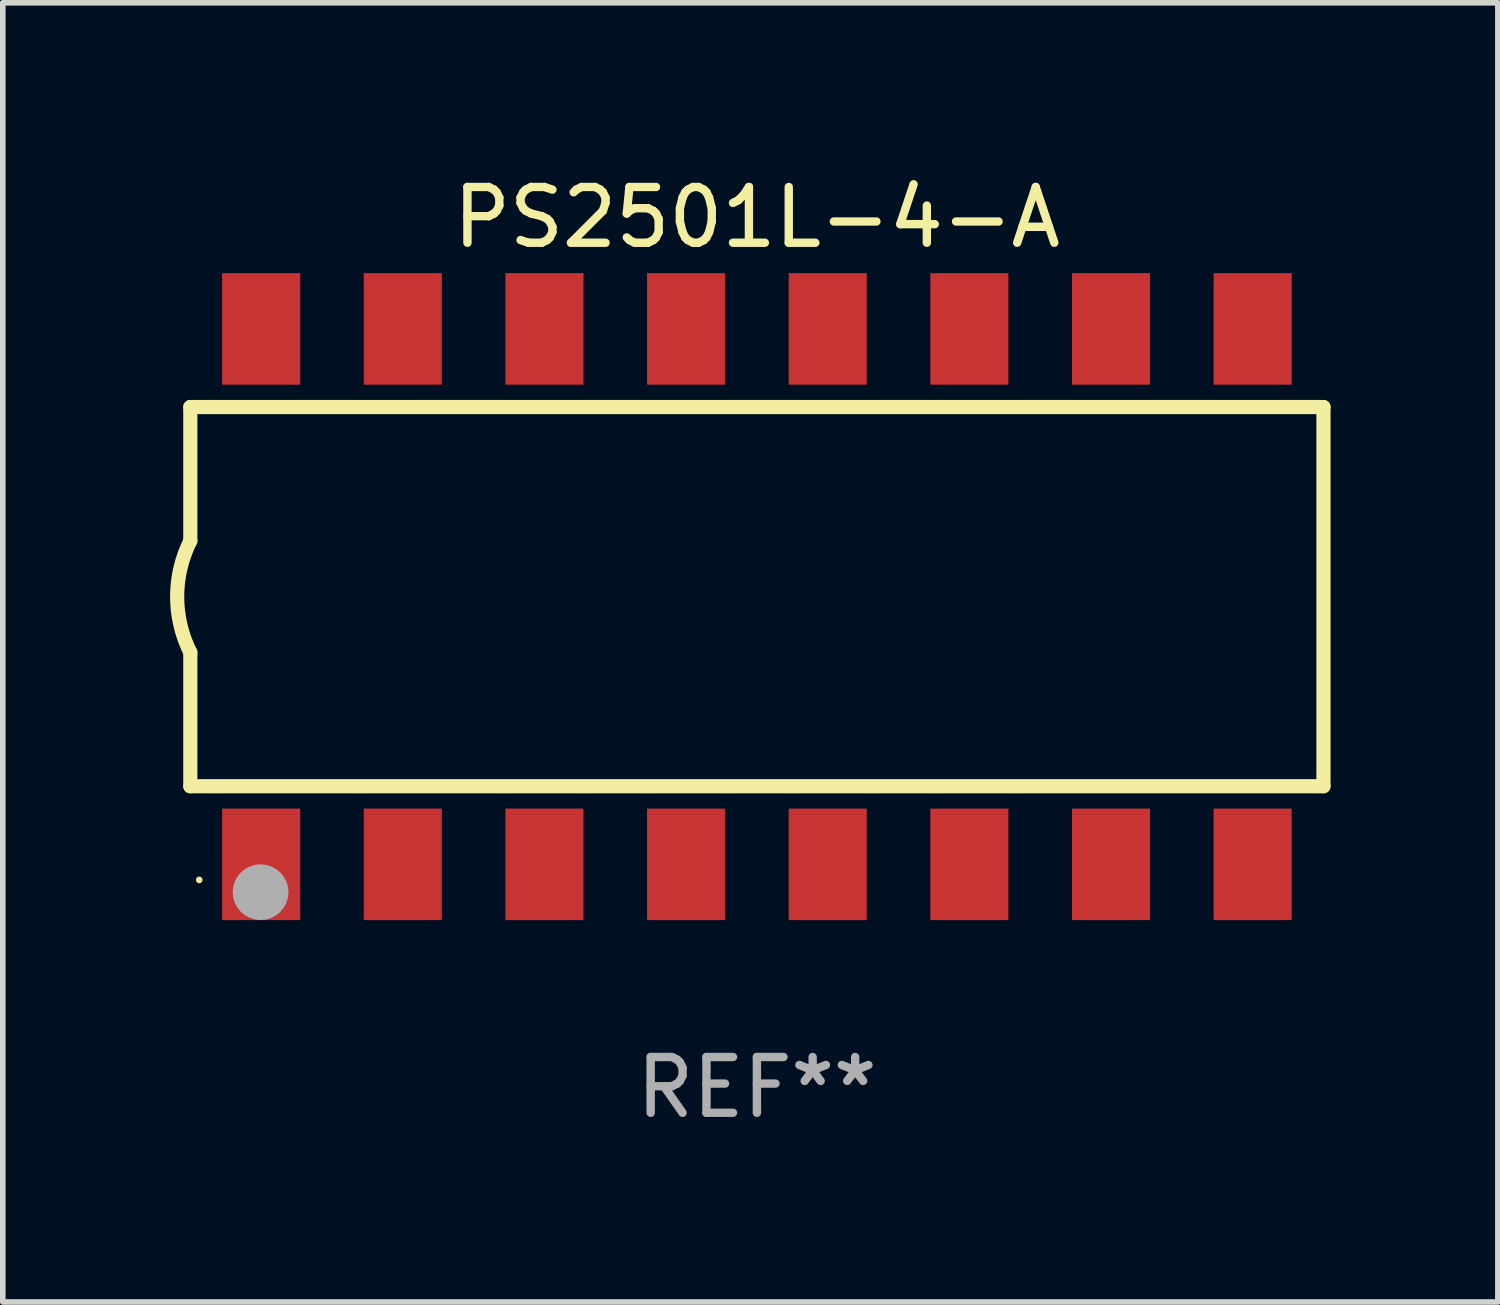
<source format=kicad_pcb>
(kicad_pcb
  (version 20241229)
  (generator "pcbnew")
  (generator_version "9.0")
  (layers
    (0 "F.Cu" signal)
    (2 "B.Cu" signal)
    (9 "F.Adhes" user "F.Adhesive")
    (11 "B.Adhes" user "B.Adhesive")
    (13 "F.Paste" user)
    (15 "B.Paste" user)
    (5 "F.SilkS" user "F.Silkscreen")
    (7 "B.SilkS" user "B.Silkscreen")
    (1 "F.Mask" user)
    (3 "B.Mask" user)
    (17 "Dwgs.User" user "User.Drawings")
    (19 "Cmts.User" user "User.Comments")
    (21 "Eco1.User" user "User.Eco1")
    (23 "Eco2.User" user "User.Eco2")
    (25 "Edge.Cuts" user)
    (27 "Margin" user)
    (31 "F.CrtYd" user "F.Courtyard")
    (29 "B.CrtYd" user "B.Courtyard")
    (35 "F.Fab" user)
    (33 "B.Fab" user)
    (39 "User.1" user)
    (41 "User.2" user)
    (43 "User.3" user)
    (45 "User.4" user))
  (footprint "PS2501L-4-A"
    (layer "F.Cu")
    (at 10.523 7.649)
    (property "Reference" "PS2501L-4-A" (at 0 -6.801 0) (layer "F.SilkS") (effects (font (size 1 1) (thickness 0.15))))
    (attr through_hole)
    (fp_line (start -10.16 -3.4) (end -10.16 -1) (stroke (width 0.254) (type solid)) (layer "F.SilkS"))
    (fp_line (start -10.16 3.4) (end -10.16 1) (stroke (width 0.254) (type solid)) (layer "F.SilkS"))
    (fp_line (start 10.16 -3.4) (end -10.16 -3.4) (stroke (width 0.254) (type solid)) (layer "F.SilkS"))
    (fp_line (start 10.16 -3.4) (end 10.16 3.4) (stroke (width 0.254) (type solid)) (layer "F.SilkS"))
    (fp_line (start 10.16 3.4) (end -10.16 3.4) (stroke (width 0.254) (type solid)) (layer "F.SilkS"))
    (fp_arc (start -10.16002 1.000762) (mid -10.396178 0.000381) (end -10.16002 -1) (stroke (width 0.254001) (type solid)) (layer "F.SilkS"))
    (fp_circle (center -10 5.08) (end -9.97 5.08) (stroke (width 0.06) (type solid)) (fill no) (layer "F.SilkS"))
    (fp_circle (center -8.9 5.3) (end -8.65 5.3) (stroke (width 0.5) (type solid)) (fill no) (layer "F.Fab"))
    (fp_text user "REF**" (at 0 8.801 0) (layer "F.Fab") (effects (font (size 1 1) (thickness 0.15))))
    (pad "1" smd rect (at -8.89 4.801 180) (size 1.4 2) (layers "F.Cu" "F.Mask" "F.Paste"))
    (pad "2" smd rect (at -6.35 4.801 180) (size 1.4 2) (layers "F.Cu" "F.Mask" "F.Paste"))
    (pad "3" smd rect (at -3.81 4.801 180) (size 1.4 2) (layers "F.Cu" "F.Mask" "F.Paste"))
    (pad "4" smd rect (at -1.27 4.801 180) (size 1.4 2) (layers "F.Cu" "F.Mask" "F.Paste"))
    (pad "5" smd rect (at 1.27 4.801 180) (size 1.4 2) (layers "F.Cu" "F.Mask" "F.Paste"))
    (pad "6" smd rect (at 3.81 4.801 180) (size 1.4 2) (layers "F.Cu" "F.Mask" "F.Paste"))
    (pad "7" smd rect (at 6.35 4.801 180) (size 1.4 2) (layers "F.Cu" "F.Mask" "F.Paste"))
    (pad "8" smd rect (at 8.89 4.801 180) (size 1.4 2) (layers "F.Cu" "F.Mask" "F.Paste"))
    (pad "9" smd rect (at 8.89 -4.801 180) (size 1.4 2) (layers "F.Cu" "F.Mask" "F.Paste"))
    (pad "10" smd rect (at 6.35 -4.801 180) (size 1.4 2) (layers "F.Cu" "F.Mask" "F.Paste"))
    (pad "11" smd rect (at 3.81 -4.801 180) (size 1.4 2) (layers "F.Cu" "F.Mask" "F.Paste"))
    (pad "12" smd rect (at 1.27 -4.801 180) (size 1.4 2) (layers "F.Cu" "F.Mask" "F.Paste"))
    (pad "13" smd rect (at -1.27 -4.801 180) (size 1.4 2) (layers "F.Cu" "F.Mask" "F.Paste"))
    (pad "14" smd rect (at -3.81 -4.801 180) (size 1.4 2) (layers "F.Cu" "F.Mask" "F.Paste"))
    (pad "15" smd rect (at -6.35 -4.801 180) (size 1.4 2) (layers "F.Cu" "F.Mask" "F.Paste"))
    (pad "16" smd rect (at -8.89 -4.801 180) (size 1.4 2) (layers "F.Cu" "F.Mask" "F.Paste")))
  (gr_rect
    (start -3 -3)
    (end 23.81 20.298)
    (stroke (width 0.1) (type default))
    (fill no)
    (layer "Edge.Cuts")))
</source>
